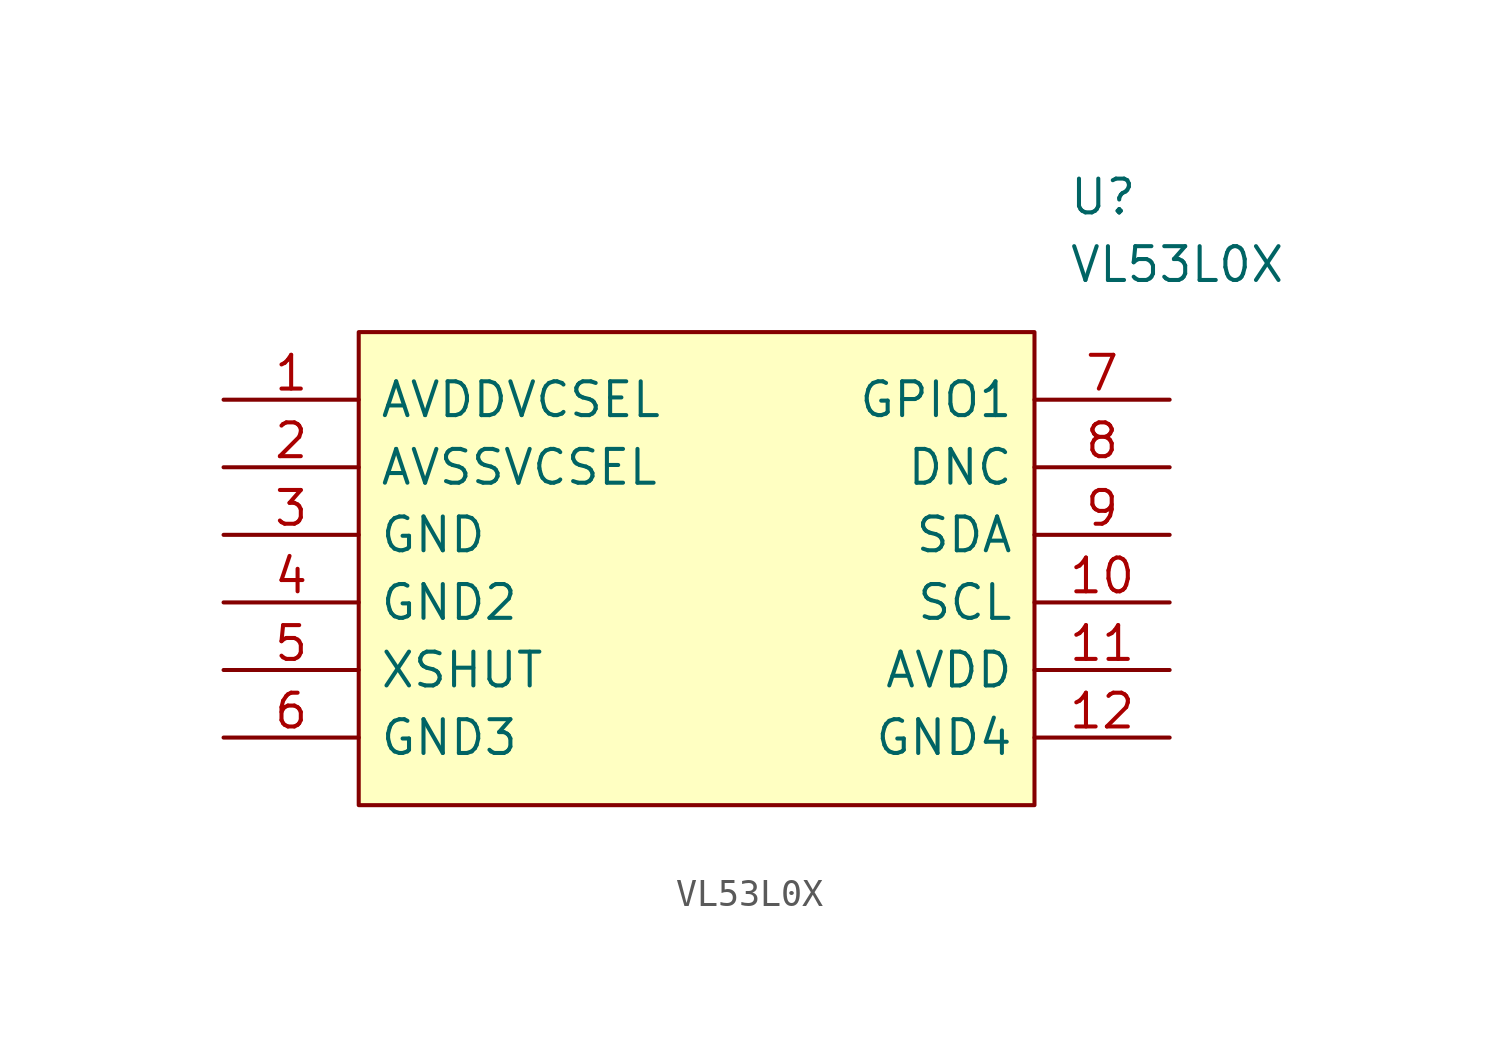
<source format=kicad_sym>
(kicad_symbol_lib
  (version 20220914)
  (generator kicad_symbol_editor)
  (symbol "VL53L0X"
    (pin_names
      (offset 0.762))
    (property "Reference" "U"
      (at 31.75 7.62 0)
      (effects (font (size 1.27 1.27)) (justify left)))
    (property "Value" "VL53L0X"
      (at 31.75 5.08 0)
      (effects (font (size 1.27 1.27)) (justify left)))
    (symbol "VL53L0X_0_0"
      (pin passive line (at 0 0 0) (length 5.08) (name "AVDDVCSEL" (effects (font (size 1.27 1.27)))) (number "1" (effects (font (size 1.27 1.27)))))
      (pin passive line (at 35.56 -7.62 180) (length 5.08) (name "SCL" (effects (font (size 1.27 1.27)))) (number "10" (effects (font (size 1.27 1.27)))))
      (pin passive line (at 35.56 -10.16 180) (length 5.08) (name "AVDD" (effects (font (size 1.27 1.27)))) (number "11" (effects (font (size 1.27 1.27)))))
      (pin passive line (at 35.56 -12.7 180) (length 5.08) (name "GND4" (effects (font (size 1.27 1.27)))) (number "12" (effects (font (size 1.27 1.27)))))
      (pin passive line (at 0 -2.54 0) (length 5.08) (name "AVSSVCSEL" (effects (font (size 1.27 1.27)))) (number "2" (effects (font (size 1.27 1.27)))))
      (pin passive line (at 0 -5.08 0) (length 5.08) (name "GND" (effects (font (size 1.27 1.27)))) (number "3" (effects (font (size 1.27 1.27)))))
      (pin passive line (at 0 -7.62 0) (length 5.08) (name "GND2" (effects (font (size 1.27 1.27)))) (number "4" (effects (font (size 1.27 1.27)))))
      (pin passive line (at 0 -10.16 0) (length 5.08) (name "XSHUT" (effects (font (size 1.27 1.27)))) (number "5" (effects (font (size 1.27 1.27)))))
      (pin passive line (at 0 -12.7 0) (length 5.08) (name "GND3" (effects (font (size 1.27 1.27)))) (number "6" (effects (font (size 1.27 1.27)))))
      (pin passive line (at 35.56 0 180) (length 5.08) (name "GPIO1" (effects (font (size 1.27 1.27)))) (number "7" (effects (font (size 1.27 1.27)))))
      (pin passive line (at 35.56 -2.54 180) (length 5.08) (name "DNC" (effects (font (size 1.27 1.27)))) (number "8" (effects (font (size 1.27 1.27)))))
      (pin passive line (at 35.56 -5.08 180) (length 5.08) (name "SDA" (effects (font (size 1.27 1.27)))) (number "9" (effects (font (size 1.27 1.27))))))
    (symbol "VL53L0X_1_1"
      (polyline (pts (xy 5.08 2.54) (xy 30.48 2.54) (xy 30.48 -15.24) (xy 5.08 -15.24) (xy 5.08 2.54)) (stroke (width 0.152) (type solid)) (fill (type background))))))
</source>
